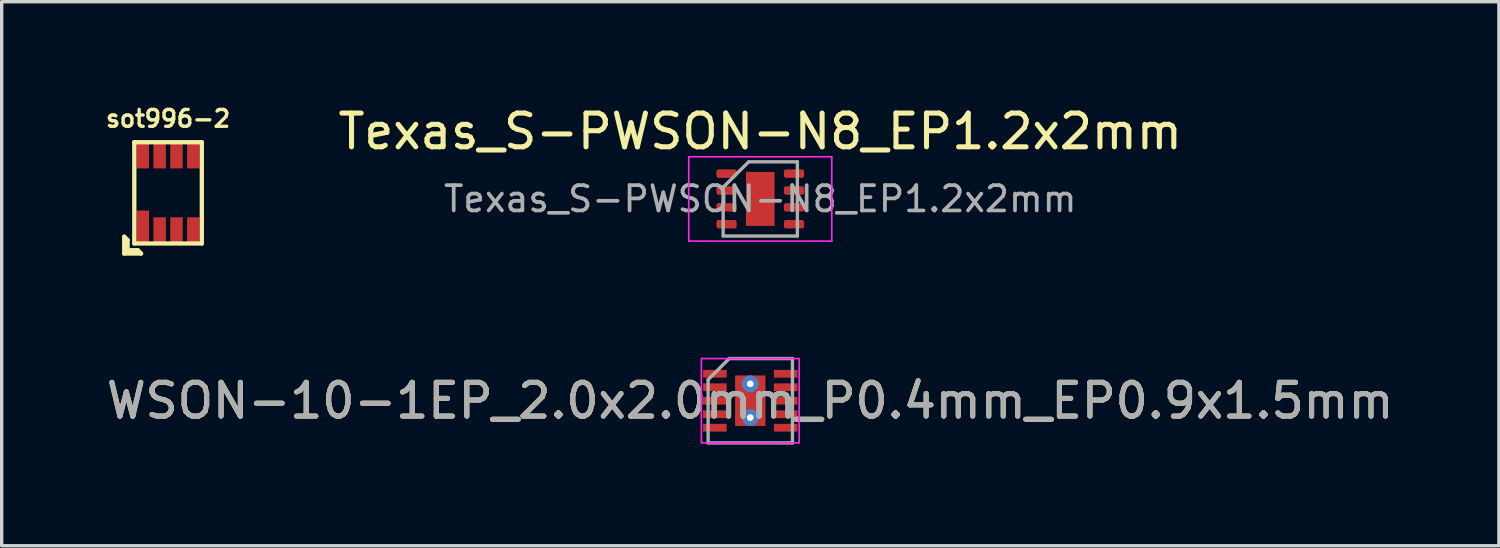
<source format=kicad_pcb>
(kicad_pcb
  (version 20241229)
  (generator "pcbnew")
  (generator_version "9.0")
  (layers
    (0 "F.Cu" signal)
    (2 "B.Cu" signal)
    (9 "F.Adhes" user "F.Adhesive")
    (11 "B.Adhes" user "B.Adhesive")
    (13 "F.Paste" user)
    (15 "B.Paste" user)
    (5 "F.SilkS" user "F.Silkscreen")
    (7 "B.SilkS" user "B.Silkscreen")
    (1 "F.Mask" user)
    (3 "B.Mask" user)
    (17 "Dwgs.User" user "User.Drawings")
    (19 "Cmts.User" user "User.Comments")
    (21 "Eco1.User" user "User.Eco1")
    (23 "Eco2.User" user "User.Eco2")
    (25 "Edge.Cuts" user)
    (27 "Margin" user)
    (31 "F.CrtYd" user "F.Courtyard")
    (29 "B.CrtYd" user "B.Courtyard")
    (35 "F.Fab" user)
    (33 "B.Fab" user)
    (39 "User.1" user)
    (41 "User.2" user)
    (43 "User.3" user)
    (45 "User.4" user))
  (footprint "Texas_S-PWSON-N8_EP1.2x2mm"
    (layer "F.Cu")
    (at 19.492 2.848)
    (property "Reference" "Texas_S-PWSON-N8_EP1.2x2mm" (at 0 -2 0) (layer "F.SilkS") (effects (font (size 1 1) (thickness 0.15))))
    (attr smd)
    (fp_line (start -2.12 -1.25) (end -2.12 1.25) (stroke (width 0.05) (type solid)) (layer "F.CrtYd"))
    (fp_line (start -2.12 1.25) (end 2.12 1.25) (stroke (width 0.05) (type solid)) (layer "F.CrtYd"))
    (fp_line (start 2.12 -1.25) (end -2.12 -1.25) (stroke (width 0.05) (type solid)) (layer "F.CrtYd"))
    (fp_line (start 2.12 1.25) (end 2.12 -1.25) (stroke (width 0.05) (type solid)) (layer "F.CrtYd"))
    (fp_line (start -1.1 1.1) (end -1.1 -0.361) (stroke (width 0.1) (type solid)) (layer "F.Fab"))
    (fp_line (start -1.095 -0.35) (end -0.345 -1.1) (stroke (width 0.1) (type solid)) (layer "F.Fab"))
    (fp_line (start -0.338 -1.1) (end 1.1 -1.1) (stroke (width 0.1) (type solid)) (layer "F.Fab"))
    (fp_line (start 1.1 -1.1) (end 1.1 1.1) (stroke (width 0.1) (type solid)) (layer "F.Fab"))
    (fp_line (start 1.1 1.1) (end -1.1 1.1) (stroke (width 0.1) (type solid)) (layer "F.Fab"))
    (fp_text user "${REFERENCE}" (at 0 0 0) (layer "F.Fab") (effects (font (size 0.75 0.75) (thickness 0.11))))
    (pad "1" smd roundrect (at -1 -0.75) (size 0.6 0.25) (layers "F.Cu" "F.Mask" "F.Paste") (roundrect_rratio 0.25))
    (pad "2" smd roundrect (at -1 -0.25) (size 0.6 0.25) (layers "F.Cu" "F.Mask" "F.Paste") (roundrect_rratio 0.25))
    (pad "3" smd roundrect (at -1 0.25) (size 0.6 0.25) (layers "F.Cu" "F.Mask" "F.Paste") (roundrect_rratio 0.25))
    (pad "4" smd roundrect (at -1 0.75) (size 0.6 0.25) (layers "F.Cu" "F.Mask" "F.Paste") (roundrect_rratio 0.25))
    (pad "5" smd roundrect (at 1 0.75) (size 0.6 0.25) (layers "F.Cu" "F.Mask" "F.Paste") (roundrect_rratio 0.25))
    (pad "6" smd roundrect (at 1 0.25) (size 0.6 0.25) (layers "F.Cu" "F.Mask" "F.Paste") (roundrect_rratio 0.25))
    (pad "7" smd roundrect (at 1 -0.25) (size 0.6 0.25) (layers "F.Cu" "F.Mask" "F.Paste") (roundrect_rratio 0.25))
    (pad "8" smd roundrect (at 1 -0.75) (size 0.6 0.25) (layers "F.Cu" "F.Mask" "F.Paste") (roundrect_rratio 0.25))
    (pad "9" smd rect (at 0 0) (size 0.85 1.6) (layers "F.Cu" "F.Mask")))
  (footprint "WSON-10-1EP_2.0x2.0mm_P0.4mm_EP0.9x1.5mm"
    (layer "F.Cu")
    (at 19.196 8.832)
    (property "Reference" "WSON-10-1EP_2.0x2.0mm_P0.4mm_EP0.9x1.5mm" (at 0 0 0) (layer "F.SilkS") (effects (font (size 1 1) (thickness 0.15))))
    (attr smd)
    (fp_rect (start -1.45 -1.25) (end 1.45 1.25) (stroke (width 0.05) (type solid)) (fill no) (layer "F.CrtYd"))
    (fp_line (start -1.25 -0.625) (end -0.625 -1.25) (stroke (width 0.1) (type solid)) (layer "F.Fab"))
    (fp_line (start -1.25 1.25) (end -1.25 -0.625) (stroke (width 0.1) (type solid)) (layer "F.Fab"))
    (fp_line (start -0.625 -1.25) (end 1.25 -1.25) (stroke (width 0.1) (type solid)) (layer "F.Fab"))
    (fp_line (start 1.25 -1.25) (end 1.25 1.25) (stroke (width 0.1) (type solid)) (layer "F.Fab"))
    (fp_line (start 1.25 1.25) (end -1.25 1.25) (stroke (width 0.1) (type solid)) (layer "F.Fab"))
    (fp_text user "${REFERENCE}" (at 0 0 0) (layer "F.Fab") (effects (font (size 1 1) (thickness 0.15))))
    (pad "1" smd rect (at -1.05 -0.8) (size 0.7 0.23) (layers "F.Cu" "F.Mask" "F.Paste"))
    (pad "2" smd rect (at -1.05 -0.4) (size 0.7 0.23) (layers "F.Cu" "F.Mask" "F.Paste"))
    (pad "3" smd rect (at -1.05 0) (size 0.7 0.23) (layers "F.Cu" "F.Mask" "F.Paste"))
    (pad "4" smd rect (at -1.05 0.4) (size 0.7 0.23) (layers "F.Cu" "F.Mask" "F.Paste"))
    (pad "5" smd rect (at -1.05 0.8) (size 0.7 0.23) (layers "F.Cu" "F.Mask" "F.Paste"))
    (pad "6" smd rect (at 1.05 0.8) (size 0.7 0.23) (layers "F.Cu" "F.Mask" "F.Paste"))
    (pad "7" smd rect (at 1.05 0.4) (size 0.7 0.23) (layers "F.Cu" "F.Mask" "F.Paste"))
    (pad "8" smd rect (at 1.05 0) (size 0.7 0.23) (layers "F.Cu" "F.Mask" "F.Paste"))
    (pad "9" smd rect (at 1.05 -0.4) (size 0.7 0.23) (layers "F.Cu" "F.Mask" "F.Paste"))
    (pad "10" smd rect (at 1.05 -0.8) (size 0.7 0.23) (layers "F.Cu" "F.Mask" "F.Paste"))
    (pad "11" thru_hole circle (at 0 -0.5) (size 0.5 0.5) (drill 0.2) (layers "*.Cu" "F.Mask"))
    (pad "11" smd rect (at 0 0) (size 0.9 1.5) (layers "F.Cu" "F.Mask" "F.Paste"))
    (pad "11" thru_hole circle (at 0 0.5) (size 0.5 0.5) (drill 0.2) (layers "*.Cu" "F.Mask")))
  (footprint "sot996-2"
    (layer "F.Cu")
    (at 1.933 2.668)
    (property "Reference" "sot996-2" (at 0 -2.2 0) (layer "F.SilkS") (effects (font (size 0.5 0.5) (thickness 0.1))))
    (attr through_hole)
    (fp_line (start -1.3 1.3) (end -1.2 1.4) (stroke (width 0.127) (type solid)) (layer "F.SilkS"))
    (fp_line (start -1.3 1.8) (end -1.3 1.3) (stroke (width 0.127) (type solid)) (layer "F.SilkS"))
    (fp_line (start -1.2 1.4) (end -1.2 1.7) (stroke (width 0.127) (type solid)) (layer "F.SilkS"))
    (fp_line (start -1.2 1.7) (end -0.9 1.7) (stroke (width 0.127) (type solid)) (layer "F.SilkS"))
    (fp_line (start -1.001 -1.501) (end 1.001 -1.501) (stroke (width 0.127) (type solid)) (layer "F.SilkS"))
    (fp_line (start -1.001 1.501) (end -1.001 -1.501) (stroke (width 0.127) (type solid)) (layer "F.SilkS"))
    (fp_line (start -1.001 1.501) (end 1.001 1.501) (stroke (width 0.127) (type solid)) (layer "F.SilkS"))
    (fp_line (start -0.8 1.8) (end -1.3 1.8) (stroke (width 0.127) (type solid)) (layer "F.SilkS"))
    (fp_line (start -0.8 1.8) (end -0.9 1.7) (stroke (width 0.127) (type solid)) (layer "F.SilkS"))
    (fp_line (start 1.001 -1.501) (end 1.001 1.501) (stroke (width 0.127) (type solid)) (layer "F.SilkS"))
    (pad "1" smd rect (at -0.75 1.025) (size 0.37 1) (layers "F.Cu" "F.Mask" "F.Paste"))
    (pad "2" smd rect (at -0.25 1.125) (size 0.37 0.8) (layers "F.Cu" "F.Mask" "F.Paste"))
    (pad "3" smd rect (at 0.25 1.125) (size 0.37 0.8) (layers "F.Cu" "F.Mask" "F.Paste"))
    (pad "4" smd rect (at 0.75 1.125) (size 0.37 0.8) (layers "F.Cu" "F.Mask" "F.Paste"))
    (pad "5" smd rect (at 0.75 -1.125) (size 0.37 0.8) (layers "F.Cu" "F.Mask" "F.Paste"))
    (pad "6" smd rect (at 0.25 -1.125) (size 0.37 0.8) (layers "F.Cu" "F.Mask" "F.Paste"))
    (pad "7" smd rect (at -0.25 -1.125) (size 0.37 0.8) (layers "F.Cu" "F.Mask" "F.Paste"))
    (pad "8" smd rect (at -0.75 -1.125) (size 0.37 0.8) (layers "F.Cu" "F.Mask" "F.Paste")))
  (gr_rect
    (start -3 -3)
    (end 41.393 13.132)
    (stroke (width 0.1) (type default))
    (fill no)
    (layer "Edge.Cuts")))
</source>
